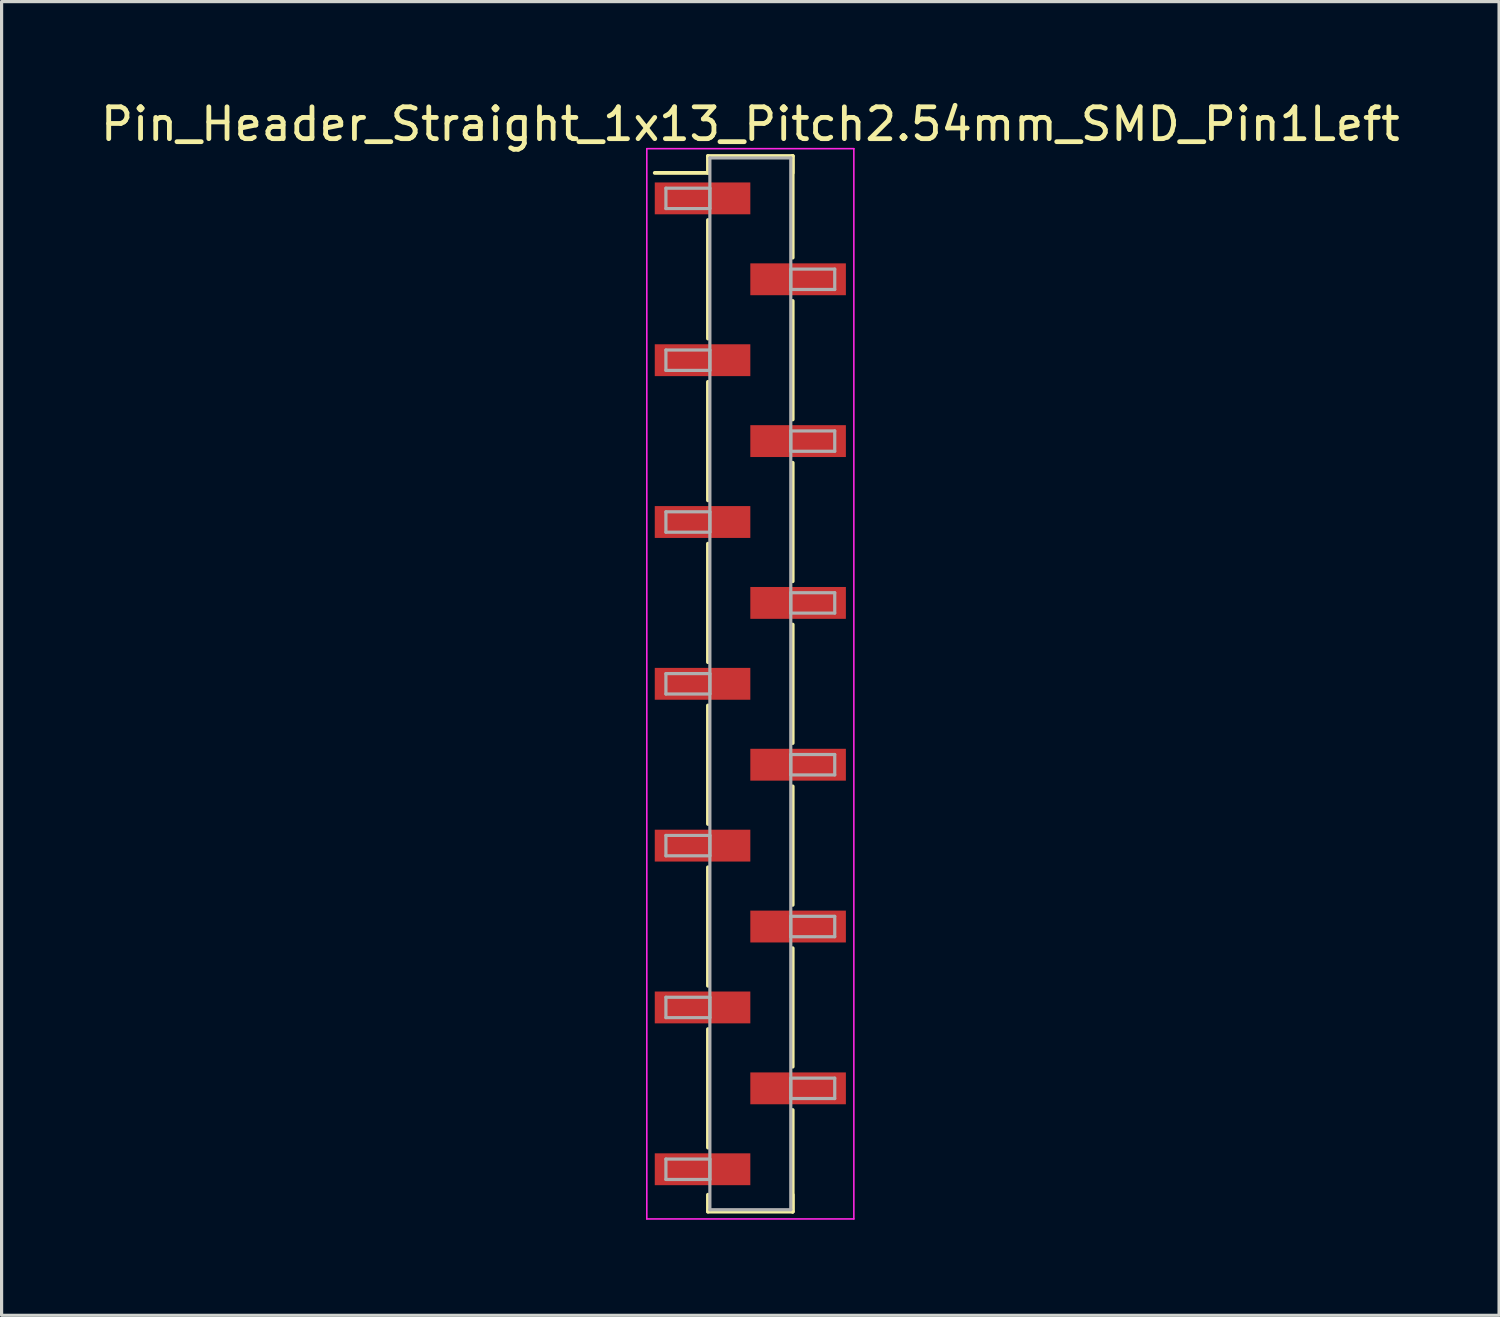
<source format=kicad_pcb>
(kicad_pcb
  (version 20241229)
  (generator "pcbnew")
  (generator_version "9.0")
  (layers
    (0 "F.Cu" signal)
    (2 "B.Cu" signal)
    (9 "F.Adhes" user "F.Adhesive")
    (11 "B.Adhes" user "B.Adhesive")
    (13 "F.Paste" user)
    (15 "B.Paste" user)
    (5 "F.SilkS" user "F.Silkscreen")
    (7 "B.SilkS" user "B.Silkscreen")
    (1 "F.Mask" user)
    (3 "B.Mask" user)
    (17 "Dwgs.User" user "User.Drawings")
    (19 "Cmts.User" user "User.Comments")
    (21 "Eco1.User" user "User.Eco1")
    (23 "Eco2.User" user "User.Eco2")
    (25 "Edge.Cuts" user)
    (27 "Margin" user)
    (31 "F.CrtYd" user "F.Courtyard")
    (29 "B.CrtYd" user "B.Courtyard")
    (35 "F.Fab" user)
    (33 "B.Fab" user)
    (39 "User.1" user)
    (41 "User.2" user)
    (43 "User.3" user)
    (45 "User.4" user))
  (footprint "Pin_Header_Straight_1x13_Pitch2.54mm_SMD_Pin1Left"
    (layer "F.Cu")
    (at 20.506 18.418)
    (property "Reference" "Pin_Header_Straight_1x13_Pitch2.54mm_SMD_Pin1Left" (at 0 -17.57 0) (layer "F.SilkS") (effects (font (size 1 1) (thickness 0.15))))
    (attr smd)
    (fp_line (start -1.33 -16.57) (end 1.33 -16.57) (stroke (width 0.12) (type solid)) (layer "F.SilkS"))
    (fp_line (start -1.33 -16.04) (end -3 -16.04) (stroke (width 0.12) (type solid)) (layer "F.SilkS"))
    (fp_line (start -1.33 -16.04) (end -1.33 -16.57) (stroke (width 0.12) (type solid)) (layer "F.SilkS"))
    (fp_line (start -1.33 -14.56) (end -1.33 -10.84) (stroke (width 0.12) (type solid)) (layer "F.SilkS"))
    (fp_line (start -1.33 -9.48) (end -1.33 -5.76) (stroke (width 0.12) (type solid)) (layer "F.SilkS"))
    (fp_line (start -1.33 -4.4) (end -1.33 -0.68) (stroke (width 0.12) (type solid)) (layer "F.SilkS"))
    (fp_line (start -1.33 0.68) (end -1.33 4.4) (stroke (width 0.12) (type solid)) (layer "F.SilkS"))
    (fp_line (start -1.33 5.76) (end -1.33 9.48) (stroke (width 0.12) (type solid)) (layer "F.SilkS"))
    (fp_line (start -1.33 10.84) (end -1.33 14.56) (stroke (width 0.12) (type solid)) (layer "F.SilkS"))
    (fp_line (start -1.33 16.04) (end -1.33 16.57) (stroke (width 0.12) (type solid)) (layer "F.SilkS"))
    (fp_line (start -1.33 16.57) (end 1.33 16.57) (stroke (width 0.12) (type solid)) (layer "F.SilkS"))
    (fp_line (start 1.33 -16.57) (end 1.33 -16.04) (stroke (width 0.12) (type solid)) (layer "F.SilkS"))
    (fp_line (start 1.33 -16.57) (end 1.33 -13.38) (stroke (width 0.12) (type solid)) (layer "F.SilkS"))
    (fp_line (start 1.33 -12.02) (end 1.33 -8.3) (stroke (width 0.12) (type solid)) (layer "F.SilkS"))
    (fp_line (start 1.33 -6.94) (end 1.33 -3.22) (stroke (width 0.12) (type solid)) (layer "F.SilkS"))
    (fp_line (start 1.33 -1.86) (end 1.33 1.86) (stroke (width 0.12) (type solid)) (layer "F.SilkS"))
    (fp_line (start 1.33 3.22) (end 1.33 6.94) (stroke (width 0.12) (type solid)) (layer "F.SilkS"))
    (fp_line (start 1.33 8.3) (end 1.33 12.02) (stroke (width 0.12) (type solid)) (layer "F.SilkS"))
    (fp_line (start 1.33 13.38) (end 1.33 16.57) (stroke (width 0.12) (type solid)) (layer "F.SilkS"))
    (fp_line (start 1.33 16.57) (end 1.33 16.04) (stroke (width 0.12) (type solid)) (layer "F.SilkS"))
    (fp_line (start -3.25 -16.8) (end -3.25 16.8) (stroke (width 0.05) (type solid)) (layer "F.CrtYd"))
    (fp_line (start -3.25 16.8) (end 3.25 16.8) (stroke (width 0.05) (type solid)) (layer "F.CrtYd"))
    (fp_line (start 3.25 -16.8) (end -3.25 -16.8) (stroke (width 0.05) (type solid)) (layer "F.CrtYd"))
    (fp_line (start 3.25 16.8) (end 3.25 -16.8) (stroke (width 0.05) (type solid)) (layer "F.CrtYd"))
    (fp_line (start -2.65 -15.56) (end -1.27 -15.56) (stroke (width 0.1) (type solid)) (layer "F.Fab"))
    (fp_line (start -2.65 -14.92) (end -2.65 -15.56) (stroke (width 0.1) (type solid)) (layer "F.Fab"))
    (fp_line (start -2.65 -10.48) (end -1.27 -10.48) (stroke (width 0.1) (type solid)) (layer "F.Fab"))
    (fp_line (start -2.65 -9.84) (end -2.65 -10.48) (stroke (width 0.1) (type solid)) (layer "F.Fab"))
    (fp_line (start -2.65 -5.4) (end -1.27 -5.4) (stroke (width 0.1) (type solid)) (layer "F.Fab"))
    (fp_line (start -2.65 -4.76) (end -2.65 -5.4) (stroke (width 0.1) (type solid)) (layer "F.Fab"))
    (fp_line (start -2.65 -0.32) (end -1.27 -0.32) (stroke (width 0.1) (type solid)) (layer "F.Fab"))
    (fp_line (start -2.65 0.32) (end -2.65 -0.32) (stroke (width 0.1) (type solid)) (layer "F.Fab"))
    (fp_line (start -2.65 4.76) (end -1.27 4.76) (stroke (width 0.1) (type solid)) (layer "F.Fab"))
    (fp_line (start -2.65 5.4) (end -2.65 4.76) (stroke (width 0.1) (type solid)) (layer "F.Fab"))
    (fp_line (start -2.65 9.84) (end -1.27 9.84) (stroke (width 0.1) (type solid)) (layer "F.Fab"))
    (fp_line (start -2.65 10.48) (end -2.65 9.84) (stroke (width 0.1) (type solid)) (layer "F.Fab"))
    (fp_line (start -2.65 14.92) (end -1.27 14.92) (stroke (width 0.1) (type solid)) (layer "F.Fab"))
    (fp_line (start -2.65 15.56) (end -2.65 14.92) (stroke (width 0.1) (type solid)) (layer "F.Fab"))
    (fp_line (start -1.27 -16.51) (end -1.27 16.51) (stroke (width 0.1) (type solid)) (layer "F.Fab"))
    (fp_line (start -1.27 -15.56) (end -1.27 -14.92) (stroke (width 0.1) (type solid)) (layer "F.Fab"))
    (fp_line (start -1.27 -14.92) (end -2.65 -14.92) (stroke (width 0.1) (type solid)) (layer "F.Fab"))
    (fp_line (start -1.27 -10.48) (end -1.27 -9.84) (stroke (width 0.1) (type solid)) (layer "F.Fab"))
    (fp_line (start -1.27 -9.84) (end -2.65 -9.84) (stroke (width 0.1) (type solid)) (layer "F.Fab"))
    (fp_line (start -1.27 -5.4) (end -1.27 -4.76) (stroke (width 0.1) (type solid)) (layer "F.Fab"))
    (fp_line (start -1.27 -4.76) (end -2.65 -4.76) (stroke (width 0.1) (type solid)) (layer "F.Fab"))
    (fp_line (start -1.27 -0.32) (end -1.27 0.32) (stroke (width 0.1) (type solid)) (layer "F.Fab"))
    (fp_line (start -1.27 0.32) (end -2.65 0.32) (stroke (width 0.1) (type solid)) (layer "F.Fab"))
    (fp_line (start -1.27 4.76) (end -1.27 5.4) (stroke (width 0.1) (type solid)) (layer "F.Fab"))
    (fp_line (start -1.27 5.4) (end -2.65 5.4) (stroke (width 0.1) (type solid)) (layer "F.Fab"))
    (fp_line (start -1.27 9.84) (end -1.27 10.48) (stroke (width 0.1) (type solid)) (layer "F.Fab"))
    (fp_line (start -1.27 10.48) (end -2.65 10.48) (stroke (width 0.1) (type solid)) (layer "F.Fab"))
    (fp_line (start -1.27 14.92) (end -1.27 15.56) (stroke (width 0.1) (type solid)) (layer "F.Fab"))
    (fp_line (start -1.27 15.56) (end -2.65 15.56) (stroke (width 0.1) (type solid)) (layer "F.Fab"))
    (fp_line (start -1.27 16.51) (end 1.27 16.51) (stroke (width 0.1) (type solid)) (layer "F.Fab"))
    (fp_line (start 1.27 -16.51) (end -1.27 -16.51) (stroke (width 0.1) (type solid)) (layer "F.Fab"))
    (fp_line (start 1.27 -13.02) (end 1.27 -12.38) (stroke (width 0.1) (type solid)) (layer "F.Fab"))
    (fp_line (start 1.27 -12.38) (end 2.65 -12.38) (stroke (width 0.1) (type solid)) (layer "F.Fab"))
    (fp_line (start 1.27 -7.94) (end 1.27 -7.3) (stroke (width 0.1) (type solid)) (layer "F.Fab"))
    (fp_line (start 1.27 -7.3) (end 2.65 -7.3) (stroke (width 0.1) (type solid)) (layer "F.Fab"))
    (fp_line (start 1.27 -2.86) (end 1.27 -2.22) (stroke (width 0.1) (type solid)) (layer "F.Fab"))
    (fp_line (start 1.27 -2.22) (end 2.65 -2.22) (stroke (width 0.1) (type solid)) (layer "F.Fab"))
    (fp_line (start 1.27 2.22) (end 1.27 2.86) (stroke (width 0.1) (type solid)) (layer "F.Fab"))
    (fp_line (start 1.27 2.86) (end 2.65 2.86) (stroke (width 0.1) (type solid)) (layer "F.Fab"))
    (fp_line (start 1.27 7.3) (end 1.27 7.94) (stroke (width 0.1) (type solid)) (layer "F.Fab"))
    (fp_line (start 1.27 7.94) (end 2.65 7.94) (stroke (width 0.1) (type solid)) (layer "F.Fab"))
    (fp_line (start 1.27 12.38) (end 1.27 13.02) (stroke (width 0.1) (type solid)) (layer "F.Fab"))
    (fp_line (start 1.27 13.02) (end 2.65 13.02) (stroke (width 0.1) (type solid)) (layer "F.Fab"))
    (fp_line (start 1.27 16.51) (end 1.27 -16.51) (stroke (width 0.1) (type solid)) (layer "F.Fab"))
    (fp_line (start 2.65 -13.02) (end 1.27 -13.02) (stroke (width 0.1) (type solid)) (layer "F.Fab"))
    (fp_line (start 2.65 -12.38) (end 2.65 -13.02) (stroke (width 0.1) (type solid)) (layer "F.Fab"))
    (fp_line (start 2.65 -7.94) (end 1.27 -7.94) (stroke (width 0.1) (type solid)) (layer "F.Fab"))
    (fp_line (start 2.65 -7.3) (end 2.65 -7.94) (stroke (width 0.1) (type solid)) (layer "F.Fab"))
    (fp_line (start 2.65 -2.86) (end 1.27 -2.86) (stroke (width 0.1) (type solid)) (layer "F.Fab"))
    (fp_line (start 2.65 -2.22) (end 2.65 -2.86) (stroke (width 0.1) (type solid)) (layer "F.Fab"))
    (fp_line (start 2.65 2.22) (end 1.27 2.22) (stroke (width 0.1) (type solid)) (layer "F.Fab"))
    (fp_line (start 2.65 2.86) (end 2.65 2.22) (stroke (width 0.1) (type solid)) (layer "F.Fab"))
    (fp_line (start 2.65 7.3) (end 1.27 7.3) (stroke (width 0.1) (type solid)) (layer "F.Fab"))
    (fp_line (start 2.65 7.94) (end 2.65 7.3) (stroke (width 0.1) (type solid)) (layer "F.Fab"))
    (fp_line (start 2.65 12.38) (end 1.27 12.38) (stroke (width 0.1) (type solid)) (layer "F.Fab"))
    (fp_line (start 2.65 13.02) (end 2.65 12.38) (stroke (width 0.1) (type solid)) (layer "F.Fab"))
    (pad "1" smd rect (at -1.5 -15.24) (size 3 1) (layers "F.Cu" "F.Mask"))
    (pad "2" smd rect (at 1.5 -12.7) (size 3 1) (layers "F.Cu" "F.Mask"))
    (pad "3" smd rect (at -1.5 -10.16) (size 3 1) (layers "F.Cu" "F.Mask"))
    (pad "4" smd rect (at 1.5 -7.62) (size 3 1) (layers "F.Cu" "F.Mask"))
    (pad "5" smd rect (at -1.5 -5.08) (size 3 1) (layers "F.Cu" "F.Mask"))
    (pad "6" smd rect (at 1.5 -2.54) (size 3 1) (layers "F.Cu" "F.Mask"))
    (pad "7" smd rect (at -1.5 0) (size 3 1) (layers "F.Cu" "F.Mask"))
    (pad "8" smd rect (at 1.5 2.54) (size 3 1) (layers "F.Cu" "F.Mask"))
    (pad "9" smd rect (at -1.5 5.08) (size 3 1) (layers "F.Cu" "F.Mask"))
    (pad "10" smd rect (at 1.5 7.62) (size 3 1) (layers "F.Cu" "F.Mask"))
    (pad "11" smd rect (at -1.5 10.16) (size 3 1) (layers "F.Cu" "F.Mask"))
    (pad "12" smd rect (at 1.5 12.7) (size 3 1) (layers "F.Cu" "F.Mask"))
    (pad "13" smd rect (at -1.5 15.24) (size 3 1) (layers "F.Cu" "F.Mask")))
  (gr_rect
    (start -3 -3)
    (end 44.012 38.243)
    (stroke (width 0.1) (type default))
    (fill no)
    (layer "Edge.Cuts")))
</source>
